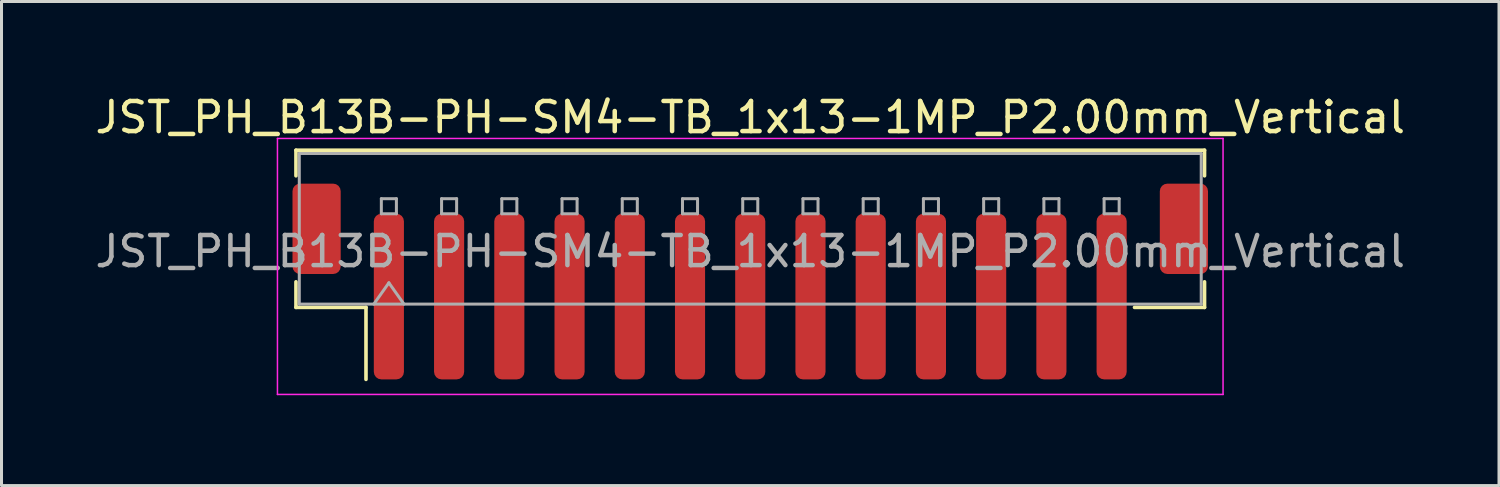
<source format=kicad_pcb>
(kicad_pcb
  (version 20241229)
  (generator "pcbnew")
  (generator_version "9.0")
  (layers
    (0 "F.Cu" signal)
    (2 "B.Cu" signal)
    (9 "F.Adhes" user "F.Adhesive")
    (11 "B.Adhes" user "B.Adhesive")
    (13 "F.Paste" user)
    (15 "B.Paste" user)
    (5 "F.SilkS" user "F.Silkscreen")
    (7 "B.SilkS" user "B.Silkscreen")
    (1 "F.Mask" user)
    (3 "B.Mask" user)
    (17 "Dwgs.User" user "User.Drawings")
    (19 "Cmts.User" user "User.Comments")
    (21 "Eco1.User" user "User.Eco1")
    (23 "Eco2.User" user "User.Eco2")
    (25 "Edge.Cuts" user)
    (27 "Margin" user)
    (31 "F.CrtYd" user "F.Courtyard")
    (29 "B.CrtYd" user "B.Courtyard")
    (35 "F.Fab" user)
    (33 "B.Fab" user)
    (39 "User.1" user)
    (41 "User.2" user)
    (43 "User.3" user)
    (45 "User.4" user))
  (footprint "JST_PH_B13B-PH-SM4-TB_1x13-1MP_P2.00mm_Vertical"
    (layer "F.Cu")
    (at 21.863 6.298)
    (property "Reference" "JST_PH_B13B-PH-SM4-TB_1x13-1MP_P2.00mm_Vertical" (at 0 -5.45 0) (layer "F.SilkS") (effects (font (size 1 1) (thickness 0.15))))
    (attr smd)
    (fp_line (start -15.085 -4.36) (end 15.085 -4.36) (stroke (width 0.12) (type solid)) (layer "F.SilkS"))
    (fp_line (start -15.085 -3.51) (end -15.085 -4.36) (stroke (width 0.12) (type solid)) (layer "F.SilkS"))
    (fp_line (start -15.085 0.01) (end -15.085 0.86) (stroke (width 0.12) (type solid)) (layer "F.SilkS"))
    (fp_line (start -15.085 0.86) (end -12.76 0.86) (stroke (width 0.12) (type solid)) (layer "F.SilkS"))
    (fp_line (start -12.76 0.86) (end -12.76 3.25) (stroke (width 0.12) (type solid)) (layer "F.SilkS"))
    (fp_line (start 15.085 -4.36) (end 15.085 -3.51) (stroke (width 0.12) (type solid)) (layer "F.SilkS"))
    (fp_line (start 15.085 0.01) (end 15.085 0.86) (stroke (width 0.12) (type solid)) (layer "F.SilkS"))
    (fp_line (start 15.085 0.86) (end 12.76 0.86) (stroke (width 0.12) (type solid)) (layer "F.SilkS"))
    (fp_line (start -15.7 -4.75) (end -15.7 3.75) (stroke (width 0.05) (type solid)) (layer "F.CrtYd"))
    (fp_line (start -15.7 3.75) (end 15.7 3.75) (stroke (width 0.05) (type solid)) (layer "F.CrtYd"))
    (fp_line (start 15.7 -4.75) (end -15.7 -4.75) (stroke (width 0.05) (type solid)) (layer "F.CrtYd"))
    (fp_line (start 15.7 3.75) (end 15.7 -4.75) (stroke (width 0.05) (type solid)) (layer "F.CrtYd"))
    (fp_line (start -14.975 -4.25) (end 14.975 -4.25) (stroke (width 0.1) (type solid)) (layer "F.Fab"))
    (fp_line (start -14.975 0.75) (end -14.975 -4.25) (stroke (width 0.1) (type solid)) (layer "F.Fab"))
    (fp_line (start -14.975 0.75) (end 14.975 0.75) (stroke (width 0.1) (type solid)) (layer "F.Fab"))
    (fp_line (start -12.5 0.75) (end -12 0.043) (stroke (width 0.1) (type solid)) (layer "F.Fab"))
    (fp_line (start -12.25 -2.75) (end -12.25 -2.25) (stroke (width 0.1) (type solid)) (layer "F.Fab"))
    (fp_line (start -12.25 -2.25) (end -11.75 -2.25) (stroke (width 0.1) (type solid)) (layer "F.Fab"))
    (fp_line (start -12 0.043) (end -11.5 0.75) (stroke (width 0.1) (type solid)) (layer "F.Fab"))
    (fp_line (start -11.75 -2.75) (end -12.25 -2.75) (stroke (width 0.1) (type solid)) (layer "F.Fab"))
    (fp_line (start -11.75 -2.25) (end -11.75 -2.75) (stroke (width 0.1) (type solid)) (layer "F.Fab"))
    (fp_line (start -10.25 -2.75) (end -10.25 -2.25) (stroke (width 0.1) (type solid)) (layer "F.Fab"))
    (fp_line (start -10.25 -2.25) (end -9.75 -2.25) (stroke (width 0.1) (type solid)) (layer "F.Fab"))
    (fp_line (start -9.75 -2.75) (end -10.25 -2.75) (stroke (width 0.1) (type solid)) (layer "F.Fab"))
    (fp_line (start -9.75 -2.25) (end -9.75 -2.75) (stroke (width 0.1) (type solid)) (layer "F.Fab"))
    (fp_line (start -8.25 -2.75) (end -8.25 -2.25) (stroke (width 0.1) (type solid)) (layer "F.Fab"))
    (fp_line (start -8.25 -2.25) (end -7.75 -2.25) (stroke (width 0.1) (type solid)) (layer "F.Fab"))
    (fp_line (start -7.75 -2.75) (end -8.25 -2.75) (stroke (width 0.1) (type solid)) (layer "F.Fab"))
    (fp_line (start -7.75 -2.25) (end -7.75 -2.75) (stroke (width 0.1) (type solid)) (layer "F.Fab"))
    (fp_line (start -6.25 -2.75) (end -6.25 -2.25) (stroke (width 0.1) (type solid)) (layer "F.Fab"))
    (fp_line (start -6.25 -2.25) (end -5.75 -2.25) (stroke (width 0.1) (type solid)) (layer "F.Fab"))
    (fp_line (start -5.75 -2.75) (end -6.25 -2.75) (stroke (width 0.1) (type solid)) (layer "F.Fab"))
    (fp_line (start -5.75 -2.25) (end -5.75 -2.75) (stroke (width 0.1) (type solid)) (layer "F.Fab"))
    (fp_line (start -4.25 -2.75) (end -4.25 -2.25) (stroke (width 0.1) (type solid)) (layer "F.Fab"))
    (fp_line (start -4.25 -2.25) (end -3.75 -2.25) (stroke (width 0.1) (type solid)) (layer "F.Fab"))
    (fp_line (start -3.75 -2.75) (end -4.25 -2.75) (stroke (width 0.1) (type solid)) (layer "F.Fab"))
    (fp_line (start -3.75 -2.25) (end -3.75 -2.75) (stroke (width 0.1) (type solid)) (layer "F.Fab"))
    (fp_line (start -2.25 -2.75) (end -2.25 -2.25) (stroke (width 0.1) (type solid)) (layer "F.Fab"))
    (fp_line (start -2.25 -2.25) (end -1.75 -2.25) (stroke (width 0.1) (type solid)) (layer "F.Fab"))
    (fp_line (start -1.75 -2.75) (end -2.25 -2.75) (stroke (width 0.1) (type solid)) (layer "F.Fab"))
    (fp_line (start -1.75 -2.25) (end -1.75 -2.75) (stroke (width 0.1) (type solid)) (layer "F.Fab"))
    (fp_line (start -0.25 -2.75) (end -0.25 -2.25) (stroke (width 0.1) (type solid)) (layer "F.Fab"))
    (fp_line (start -0.25 -2.25) (end 0.25 -2.25) (stroke (width 0.1) (type solid)) (layer "F.Fab"))
    (fp_line (start 0.25 -2.75) (end -0.25 -2.75) (stroke (width 0.1) (type solid)) (layer "F.Fab"))
    (fp_line (start 0.25 -2.25) (end 0.25 -2.75) (stroke (width 0.1) (type solid)) (layer "F.Fab"))
    (fp_line (start 1.75 -2.75) (end 1.75 -2.25) (stroke (width 0.1) (type solid)) (layer "F.Fab"))
    (fp_line (start 1.75 -2.25) (end 2.25 -2.25) (stroke (width 0.1) (type solid)) (layer "F.Fab"))
    (fp_line (start 2.25 -2.75) (end 1.75 -2.75) (stroke (width 0.1) (type solid)) (layer "F.Fab"))
    (fp_line (start 2.25 -2.25) (end 2.25 -2.75) (stroke (width 0.1) (type solid)) (layer "F.Fab"))
    (fp_line (start 3.75 -2.75) (end 3.75 -2.25) (stroke (width 0.1) (type solid)) (layer "F.Fab"))
    (fp_line (start 3.75 -2.25) (end 4.25 -2.25) (stroke (width 0.1) (type solid)) (layer "F.Fab"))
    (fp_line (start 4.25 -2.75) (end 3.75 -2.75) (stroke (width 0.1) (type solid)) (layer "F.Fab"))
    (fp_line (start 4.25 -2.25) (end 4.25 -2.75) (stroke (width 0.1) (type solid)) (layer "F.Fab"))
    (fp_line (start 5.75 -2.75) (end 5.75 -2.25) (stroke (width 0.1) (type solid)) (layer "F.Fab"))
    (fp_line (start 5.75 -2.25) (end 6.25 -2.25) (stroke (width 0.1) (type solid)) (layer "F.Fab"))
    (fp_line (start 6.25 -2.75) (end 5.75 -2.75) (stroke (width 0.1) (type solid)) (layer "F.Fab"))
    (fp_line (start 6.25 -2.25) (end 6.25 -2.75) (stroke (width 0.1) (type solid)) (layer "F.Fab"))
    (fp_line (start 7.75 -2.75) (end 7.75 -2.25) (stroke (width 0.1) (type solid)) (layer "F.Fab"))
    (fp_line (start 7.75 -2.25) (end 8.25 -2.25) (stroke (width 0.1) (type solid)) (layer "F.Fab"))
    (fp_line (start 8.25 -2.75) (end 7.75 -2.75) (stroke (width 0.1) (type solid)) (layer "F.Fab"))
    (fp_line (start 8.25 -2.25) (end 8.25 -2.75) (stroke (width 0.1) (type solid)) (layer "F.Fab"))
    (fp_line (start 9.75 -2.75) (end 9.75 -2.25) (stroke (width 0.1) (type solid)) (layer "F.Fab"))
    (fp_line (start 9.75 -2.25) (end 10.25 -2.25) (stroke (width 0.1) (type solid)) (layer "F.Fab"))
    (fp_line (start 10.25 -2.75) (end 9.75 -2.75) (stroke (width 0.1) (type solid)) (layer "F.Fab"))
    (fp_line (start 10.25 -2.25) (end 10.25 -2.75) (stroke (width 0.1) (type solid)) (layer "F.Fab"))
    (fp_line (start 11.75 -2.75) (end 11.75 -2.25) (stroke (width 0.1) (type solid)) (layer "F.Fab"))
    (fp_line (start 11.75 -2.25) (end 12.25 -2.25) (stroke (width 0.1) (type solid)) (layer "F.Fab"))
    (fp_line (start 12.25 -2.75) (end 11.75 -2.75) (stroke (width 0.1) (type solid)) (layer "F.Fab"))
    (fp_line (start 12.25 -2.25) (end 12.25 -2.75) (stroke (width 0.1) (type solid)) (layer "F.Fab"))
    (fp_line (start 14.975 0.75) (end 14.975 -4.25) (stroke (width 0.1) (type solid)) (layer "F.Fab"))
    (fp_text user "${REFERENCE}" (at 0 -1 0) (layer "F.Fab") (effects (font (size 1 1) (thickness 0.15))))
    (pad "1" smd roundrect (at -12 0.5) (size 1 5.5) (layers "F.Cu" "F.Mask" "F.Paste") (roundrect_rratio 0.25))
    (pad "2" smd roundrect (at -10 0.5) (size 1 5.5) (layers "F.Cu" "F.Mask" "F.Paste") (roundrect_rratio 0.25))
    (pad "3" smd roundrect (at -8 0.5) (size 1 5.5) (layers "F.Cu" "F.Mask" "F.Paste") (roundrect_rratio 0.25))
    (pad "4" smd roundrect (at -6 0.5) (size 1 5.5) (layers "F.Cu" "F.Mask" "F.Paste") (roundrect_rratio 0.25))
    (pad "5" smd roundrect (at -4 0.5) (size 1 5.5) (layers "F.Cu" "F.Mask" "F.Paste") (roundrect_rratio 0.25))
    (pad "6" smd roundrect (at -2 0.5) (size 1 5.5) (layers "F.Cu" "F.Mask" "F.Paste") (roundrect_rratio 0.25))
    (pad "7" smd roundrect (at 0 0.5) (size 1 5.5) (layers "F.Cu" "F.Mask" "F.Paste") (roundrect_rratio 0.25))
    (pad "8" smd roundrect (at 2 0.5) (size 1 5.5) (layers "F.Cu" "F.Mask" "F.Paste") (roundrect_rratio 0.25))
    (pad "9" smd roundrect (at 4 0.5) (size 1 5.5) (layers "F.Cu" "F.Mask" "F.Paste") (roundrect_rratio 0.25))
    (pad "10" smd roundrect (at 6 0.5) (size 1 5.5) (layers "F.Cu" "F.Mask" "F.Paste") (roundrect_rratio 0.25))
    (pad "11" smd roundrect (at 8 0.5) (size 1 5.5) (layers "F.Cu" "F.Mask" "F.Paste") (roundrect_rratio 0.25))
    (pad "12" smd roundrect (at 10 0.5) (size 1 5.5) (layers "F.Cu" "F.Mask" "F.Paste") (roundrect_rratio 0.25))
    (pad "13" smd roundrect (at 12 0.5) (size 1 5.5) (layers "F.Cu" "F.Mask" "F.Paste") (roundrect_rratio 0.25))
    (pad "MP" smd roundrect (at -14.4 -1.75) (size 1.6 3) (layers "F.Cu" "F.Mask" "F.Paste") (roundrect_rratio 0.156))
    (pad "MP" smd roundrect (at 14.4 -1.75) (size 1.6 3) (layers "F.Cu" "F.Mask" "F.Paste") (roundrect_rratio 0.156)))
  (gr_rect
    (start -3 -3)
    (end 46.726 13.073)
    (stroke (width 0.1) (type default))
    (fill no)
    (layer "Edge.Cuts")))
</source>
